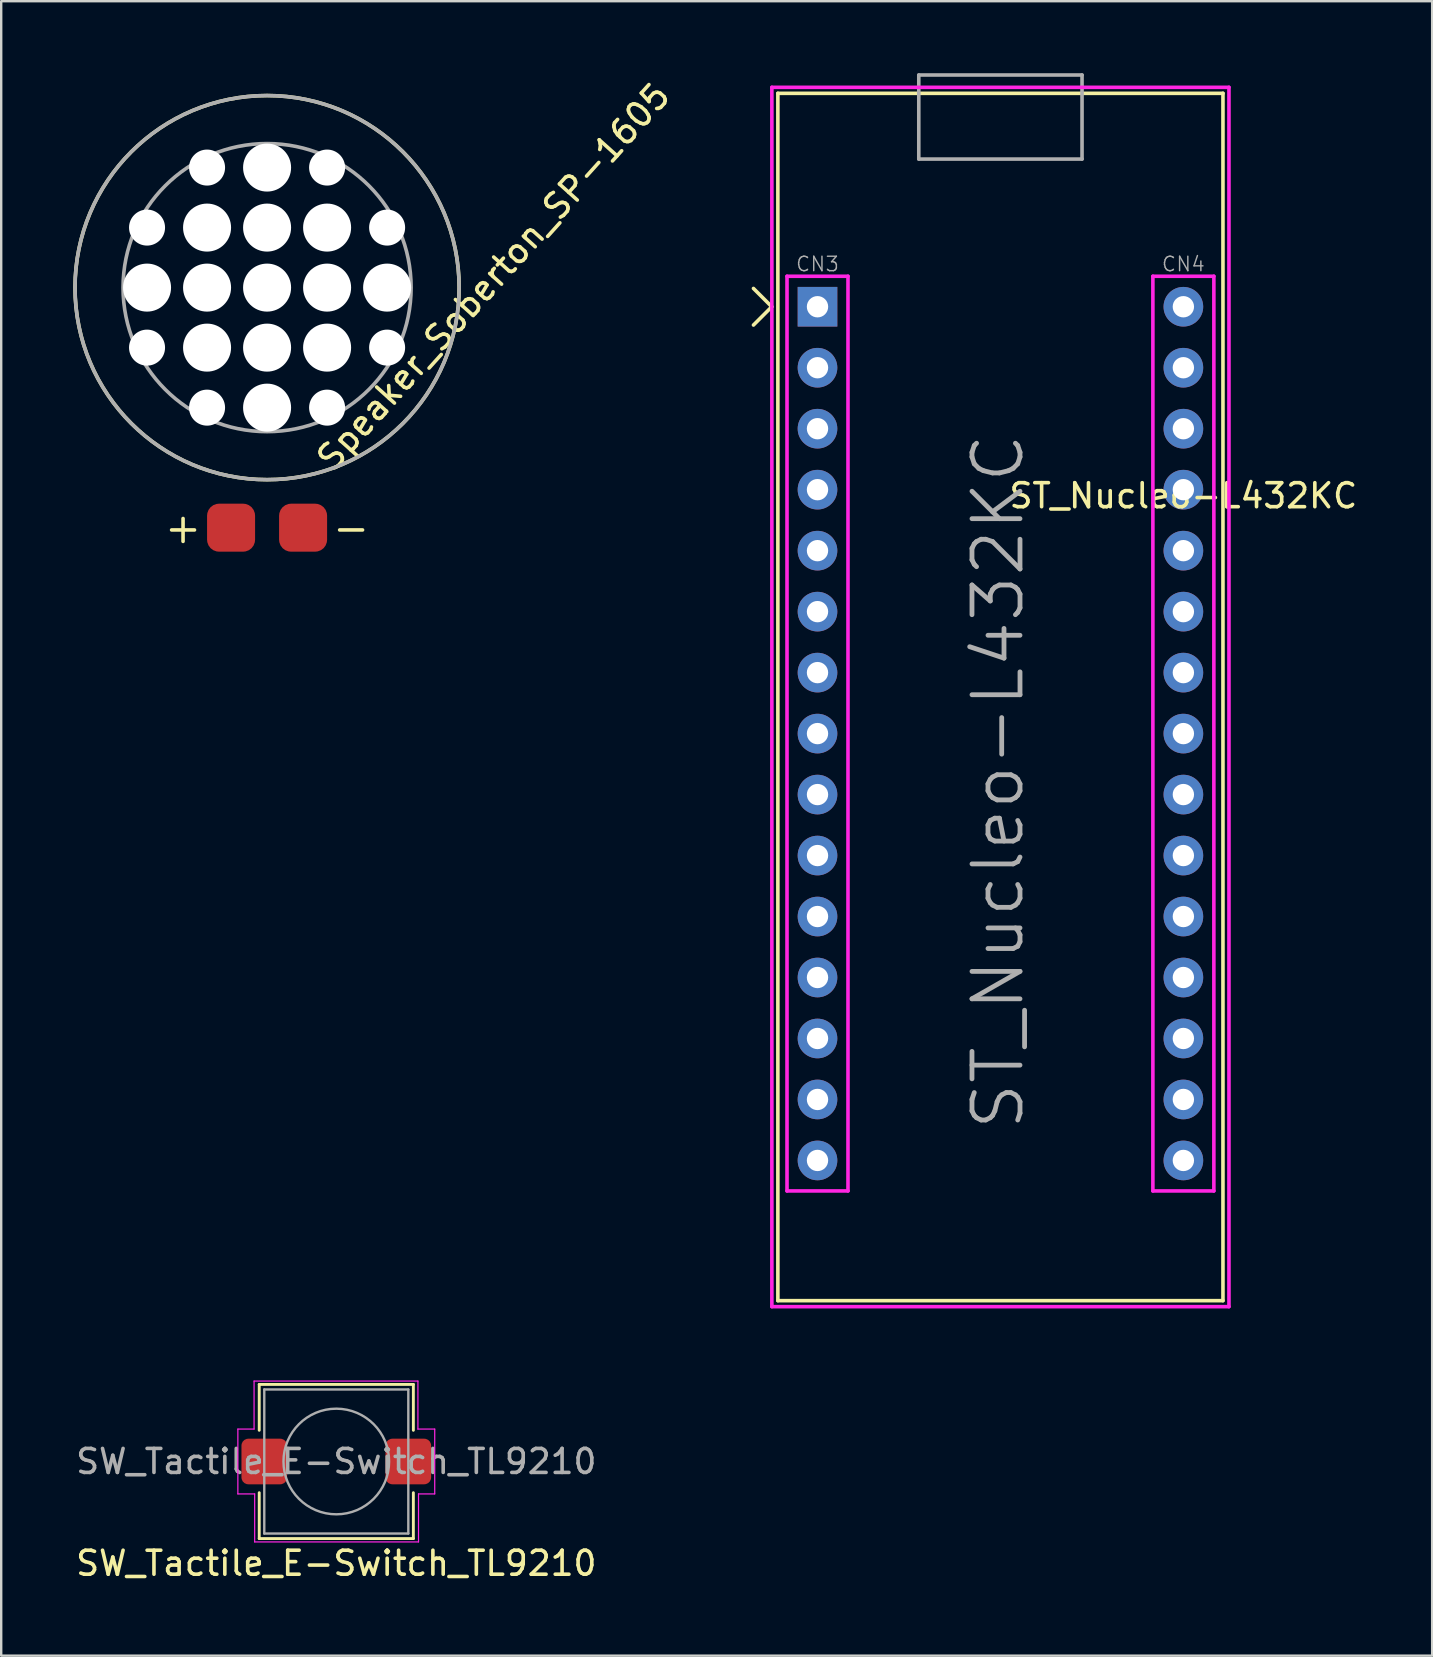
<source format=kicad_pcb>
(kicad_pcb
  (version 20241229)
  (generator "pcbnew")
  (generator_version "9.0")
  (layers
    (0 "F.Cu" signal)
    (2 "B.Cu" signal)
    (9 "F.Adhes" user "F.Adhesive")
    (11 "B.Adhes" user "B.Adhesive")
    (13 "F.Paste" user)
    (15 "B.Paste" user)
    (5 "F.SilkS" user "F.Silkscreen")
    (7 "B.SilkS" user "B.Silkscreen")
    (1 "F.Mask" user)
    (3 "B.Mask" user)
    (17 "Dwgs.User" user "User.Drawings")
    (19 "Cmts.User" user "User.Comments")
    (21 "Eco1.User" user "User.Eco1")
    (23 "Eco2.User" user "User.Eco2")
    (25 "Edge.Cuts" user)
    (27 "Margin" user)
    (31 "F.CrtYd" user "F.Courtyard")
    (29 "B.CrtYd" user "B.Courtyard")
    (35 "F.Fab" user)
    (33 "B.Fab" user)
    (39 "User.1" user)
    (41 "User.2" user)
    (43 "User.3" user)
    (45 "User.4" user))
  (footprint "Speaker_Soberton_SP-1605"
    (layer "F.Cu")
    (at 8.075 8.93)
    (property "Reference" "Speaker_Soberton_SP-1605" (at 9.429 -0.449 48) (layer "F.SilkS") (effects (font (size 1 1) (thickness 0.15))))
    (attr through_hole)
    (fp_circle (center 0 0) (end 8 0) (stroke (width 0.15) (type solid)) (fill no) (layer "F.SilkS"))
    (fp_circle (center 0 0) (end 6 -0.000001) (stroke (width 0.15) (type solid)) (fill no) (layer "F.Fab"))
    (fp_circle (center 0 0) (end 8 0) (stroke (width 0.15) (type solid)) (fill no) (layer "F.Fab"))
    (fp_text user "-" (at 3.5 10 0) (layer "F.SilkS") (effects (font (size 1.25 1.25) (thickness 0.15))))
    (fp_text user "+" (at -3.5 10 0) (layer "F.SilkS") (effects (font (size 1.25 1.25) (thickness 0.15))))
    (pad "" np_thru_hole circle (at -5 -2.5) (size 1.5 1.5) (drill 1.5) (layers "*.Cu" "*.Mask"))
    (pad "" np_thru_hole circle (at -5 2.5) (size 1.5 1.5) (drill 1.5) (layers "*.Cu" "*.Mask"))
    (pad "" np_thru_hole circle (at -5 0) (size 2 2) (drill 2) (layers "*.Cu" "*.Mask"))
    (pad "" np_thru_hole circle (at -2.5 2.5) (size 2 2) (drill 2) (layers "*.Cu" "*.Mask"))
    (pad "" np_thru_hole circle (at -2.5 5) (size 1.5 1.5) (drill 1.5) (layers "*.Cu" "*.Mask"))
    (pad "" np_thru_hole circle (at -2.5 -5) (size 1.5 1.5) (drill 1.5) (layers "*.Cu" "*.Mask"))
    (pad "" np_thru_hole circle (at -2.5 -2.5) (size 2 2) (drill 2) (layers "*.Cu" "*.Mask"))
    (pad "" np_thru_hole circle (at -2.5 0) (size 2 2) (drill 2) (layers "*.Cu" "*.Mask"))
    (pad "" np_thru_hole circle (at 0 -5) (size 2 2) (drill 2) (layers "*.Cu" "*.Mask"))
    (pad "" np_thru_hole circle (at 0 -2.5) (size 2 2) (drill 2) (layers "*.Cu" "*.Mask"))
    (pad "" np_thru_hole circle (at 0 0) (size 2 2) (drill 2) (layers "*.Cu" "*.Mask"))
    (pad "" np_thru_hole circle (at 0 2.5) (size 2 2) (drill 2) (layers "*.Cu" "*.Mask"))
    (pad "" np_thru_hole circle (at 0 5) (size 2 2) (drill 2) (layers "*.Cu" "*.Mask"))
    (pad "" np_thru_hole circle (at 2.5 0) (size 2 2) (drill 2) (layers "*.Cu" "*.Mask"))
    (pad "" np_thru_hole circle (at 2.5 2.5) (size 2 2) (drill 2) (layers "*.Cu" "*.Mask"))
    (pad "" np_thru_hole circle (at 2.5 5) (size 1.5 1.5) (drill 1.5) (layers "*.Cu" "*.Mask"))
    (pad "" np_thru_hole circle (at 2.5 -5) (size 1.5 1.5) (drill 1.5) (layers "*.Cu" "*.Mask"))
    (pad "" np_thru_hole circle (at 2.5 -2.5) (size 2 2) (drill 2) (layers "*.Cu" "*.Mask"))
    (pad "" np_thru_hole circle (at 5 0) (size 2 2) (drill 2) (layers "*.Cu" "*.Mask"))
    (pad "" np_thru_hole circle (at 5 -2.5) (size 1.5 1.5) (drill 1.5) (layers "*.Cu" "*.Mask"))
    (pad "" np_thru_hole circle (at 5 2.5) (size 1.5 1.5) (drill 1.5) (layers "*.Cu" "*.Mask"))
    (pad "1" smd roundrect (at -1.5 10) (size 2 2) (layers "F.Cu" "F.Mask" "F.Paste") (roundrect_rratio 0.25))
    (pad "2" smd roundrect (at 1.5 10) (size 2 2) (layers "F.Cu" "F.Mask" "F.Paste") (roundrect_rratio 0.25)))
  (footprint "ST_Nucleo-L432KC"
    (layer "F.Cu")
    (at 38.622 27.507)
    (property "Reference" "ST_Nucleo-L432KC" (at 7.62 -9.906 0) (layer "F.SilkS") (effects (font (size 1 1) (thickness 0.15))))
    (attr through_hole)
    (fp_line (start -10.287 -17.018) (end -9.525 -17.78) (stroke (width 0.15) (type solid)) (layer "F.SilkS"))
    (fp_line (start -9.525 -17.78) (end -10.287 -18.542) (stroke (width 0.15) (type solid)) (layer "F.SilkS"))
    (fp_line (start -9.271 -26.67) (end -9.271 23.62) (stroke (width 0.15) (type solid)) (layer "F.SilkS"))
    (fp_line (start -9.271 -26.67) (end 9.269 -26.67) (stroke (width 0.15) (type solid)) (layer "F.SilkS"))
    (fp_line (start -9.271 23.62) (end 9.269 23.62) (stroke (width 0.15) (type solid)) (layer "F.SilkS"))
    (fp_line (start 9.269 -26.67) (end 9.269 23.62) (stroke (width 0.15) (type solid)) (layer "F.SilkS"))
    (fp_line (start -9.521 -26.92) (end -9.521 23.87) (stroke (width 0.15) (type solid)) (layer "F.CrtYd"))
    (fp_line (start -9.521 -26.92) (end 9.519 -26.92) (stroke (width 0.15) (type solid)) (layer "F.CrtYd"))
    (fp_line (start -9.521 23.87) (end 9.519 23.87) (stroke (width 0.15) (type solid)) (layer "F.CrtYd"))
    (fp_line (start -8.89 -19.05) (end -6.35 -19.05) (stroke (width 0.15) (type solid)) (layer "F.CrtYd"))
    (fp_line (start -8.89 19.05) (end -8.89 -19.05) (stroke (width 0.15) (type solid)) (layer "F.CrtYd"))
    (fp_line (start -6.35 -19.05) (end -6.35 19.05) (stroke (width 0.15) (type solid)) (layer "F.CrtYd"))
    (fp_line (start -6.35 19.05) (end -8.89 19.05) (stroke (width 0.15) (type solid)) (layer "F.CrtYd"))
    (fp_line (start 6.35 -19.05) (end 8.89 -19.05) (stroke (width 0.15) (type solid)) (layer "F.CrtYd"))
    (fp_line (start 6.35 19.05) (end 6.35 -19.05) (stroke (width 0.15) (type solid)) (layer "F.CrtYd"))
    (fp_line (start 8.89 -19.05) (end 8.89 19.05) (stroke (width 0.15) (type solid)) (layer "F.CrtYd"))
    (fp_line (start 8.89 19.05) (end 6.35 19.05) (stroke (width 0.15) (type solid)) (layer "F.CrtYd"))
    (fp_line (start 9.519 -26.92) (end 9.519 23.87) (stroke (width 0.15) (type solid)) (layer "F.CrtYd"))
    (fp_line (start -3.401 -27.432) (end -3.401 -23.932) (stroke (width 0.15) (type solid)) (layer "F.Fab"))
    (fp_line (start -3.401 -27.432) (end 3.399 -27.432) (stroke (width 0.15) (type solid)) (layer "F.Fab"))
    (fp_line (start -3.401 -23.932) (end 3.399 -23.932) (stroke (width 0.15) (type solid)) (layer "F.Fab"))
    (fp_line (start 3.399 -27.432) (end 3.399 -23.932) (stroke (width 0.15) (type solid)) (layer "F.Fab"))
    (fp_text user "CN3" (at -7.62 -19.558 0) (layer "F.Fab") (effects (font (size 0.6 0.6) (thickness 0.06))))
    (fp_text user "${REFERENCE}" (at -0.1 2 270) (layer "F.Fab") (effects (font (size 2 2) (thickness 0.2))))
    (fp_text user "CN4" (at 7.62 -19.558 180) (layer "F.Fab") (effects (font (size 0.6 0.6) (thickness 0.06))))
    (pad "301" thru_hole rect (at -7.62 -17.78) (size 1.651 1.651) (drill 0.889) (layers "*.Cu" "*.Mask"))
    (pad "302" thru_hole circle (at -7.62 -15.24) (size 1.651 1.651) (drill 0.889) (layers "*.Cu" "*.Mask"))
    (pad "303" thru_hole circle (at -7.62 -12.7) (size 1.651 1.651) (drill 0.889) (layers "*.Cu" "*.Mask"))
    (pad "304" thru_hole circle (at -7.62 -10.16) (size 1.651 1.651) (drill 0.889) (layers "*.Cu" "*.Mask"))
    (pad "305" thru_hole circle (at -7.62 -7.62) (size 1.651 1.651) (drill 0.889) (layers "*.Cu" "*.Mask"))
    (pad "306" thru_hole circle (at -7.62 -5.08) (size 1.651 1.651) (drill 0.889) (layers "*.Cu" "*.Mask"))
    (pad "307" thru_hole circle (at -7.62 -2.54) (size 1.651 1.651) (drill 0.889) (layers "*.Cu" "*.Mask"))
    (pad "308" thru_hole circle (at -7.62 0) (size 1.651 1.651) (drill 0.889) (layers "*.Cu" "*.Mask"))
    (pad "309" thru_hole circle (at -7.62 2.54) (size 1.651 1.651) (drill 0.889) (layers "*.Cu" "*.Mask"))
    (pad "310" thru_hole circle (at -7.62 5.08) (size 1.651 1.651) (drill 0.889) (layers "*.Cu" "*.Mask"))
    (pad "311" thru_hole circle (at -7.62 7.62) (size 1.651 1.651) (drill 0.889) (layers "*.Cu" "*.Mask"))
    (pad "312" thru_hole circle (at -7.62 10.16) (size 1.651 1.651) (drill 0.889) (layers "*.Cu" "*.Mask"))
    (pad "313" thru_hole circle (at -7.62 12.7) (size 1.651 1.651) (drill 0.889) (layers "*.Cu" "*.Mask"))
    (pad "314" thru_hole circle (at -7.62 15.24) (size 1.651 1.651) (drill 0.889) (layers "*.Cu" "*.Mask"))
    (pad "315" thru_hole circle (at -7.62 17.78) (size 1.651 1.651) (drill 0.889) (layers "*.Cu" "*.Mask"))
    (pad "401" thru_hole circle (at 7.62 -17.78) (size 1.651 1.651) (drill 0.889) (layers "*.Cu" "*.Mask"))
    (pad "402" thru_hole circle (at 7.62 -15.24) (size 1.651 1.651) (drill 0.889) (layers "*.Cu" "*.Mask"))
    (pad "403" thru_hole circle (at 7.62 -12.7) (size 1.651 1.651) (drill 0.889) (layers "*.Cu" "*.Mask"))
    (pad "404" thru_hole circle (at 7.62 -10.16) (size 1.651 1.651) (drill 0.889) (layers "*.Cu" "*.Mask"))
    (pad "405" thru_hole circle (at 7.62 -7.62) (size 1.651 1.651) (drill 0.889) (layers "*.Cu" "*.Mask"))
    (pad "406" thru_hole circle (at 7.62 -5.08) (size 1.651 1.651) (drill 0.889) (layers "*.Cu" "*.Mask"))
    (pad "407" thru_hole circle (at 7.62 -2.54) (size 1.651 1.651) (drill 0.889) (layers "*.Cu" "*.Mask"))
    (pad "408" thru_hole circle (at 7.62 0) (size 1.651 1.651) (drill 0.889) (layers "*.Cu" "*.Mask"))
    (pad "409" thru_hole circle (at 7.62 2.54) (size 1.651 1.651) (drill 0.889) (layers "*.Cu" "*.Mask"))
    (pad "410" thru_hole circle (at 7.62 5.08) (size 1.651 1.651) (drill 0.889) (layers "*.Cu" "*.Mask"))
    (pad "411" thru_hole circle (at 7.62 7.62) (size 1.651 1.651) (drill 0.889) (layers "*.Cu" "*.Mask"))
    (pad "412" thru_hole circle (at 7.62 10.16) (size 1.651 1.651) (drill 0.889) (layers "*.Cu" "*.Mask"))
    (pad "413" thru_hole circle (at 7.62 12.7) (size 1.651 1.651) (drill 0.889) (layers "*.Cu" "*.Mask"))
    (pad "414" thru_hole circle (at 7.62 15.24) (size 1.651 1.651) (drill 0.889) (layers "*.Cu" "*.Mask"))
    (pad "415" thru_hole circle (at 7.62 17.78) (size 1.651 1.651) (drill 0.889) (layers "*.Cu" "*.Mask")))
  (footprint "SW_Tactile_E-Switch_TL9210"
    (layer "F.Cu")
    (at 10.958 57.827)
    (property "Reference" "SW_Tactile_E-Switch_TL9210" (at 0 4.24 0) (layer "F.SilkS") (effects (font (size 1 1) (thickness 0.15))))
    (attr smd)
    (fp_line (start -3.21 -3.21) (end -3.21 -1.3) (stroke (width 0.12) (type solid)) (layer "F.SilkS"))
    (fp_line (start -3.21 1.3) (end -3.21 3.21) (stroke (width 0.12) (type solid)) (layer "F.SilkS"))
    (fp_line (start -3.21 3.21) (end 3.21 3.21) (stroke (width 0.12) (type solid)) (layer "F.SilkS"))
    (fp_line (start 3.21 -3.21) (end -3.21 -3.21) (stroke (width 0.12) (type solid)) (layer "F.SilkS"))
    (fp_line (start 3.21 -1.3) (end 3.21 -3.21) (stroke (width 0.12) (type solid)) (layer "F.SilkS"))
    (fp_line (start 3.21 3.21) (end 3.21 1.3) (stroke (width 0.12) (type solid)) (layer "F.SilkS"))
    (fp_line (start -4.1 1.35) (end -4.1 -1.35) (stroke (width 0.05) (type solid)) (layer "F.CrtYd"))
    (fp_line (start -3.425 -3.35) (end -3.425 -1.35) (stroke (width 0.05) (type solid)) (layer "F.CrtYd"))
    (fp_line (start -3.425 -3.35) (end 3.4 -3.35) (stroke (width 0.05) (type solid)) (layer "F.CrtYd"))
    (fp_line (start -3.425 -1.35) (end -4.1 -1.35) (stroke (width 0.05) (type solid)) (layer "F.CrtYd"))
    (fp_line (start -3.4 1.35) (end -4.1 1.35) (stroke (width 0.05) (type solid)) (layer "F.CrtYd"))
    (fp_line (start -3.4 3.35) (end -3.4 1.35) (stroke (width 0.05) (type solid)) (layer "F.CrtYd"))
    (fp_line (start 3.4 -3.35) (end 3.4 -1.35) (stroke (width 0.05) (type solid)) (layer "F.CrtYd"))
    (fp_line (start 3.4 -1.35) (end 4.1 -1.35) (stroke (width 0.05) (type solid)) (layer "F.CrtYd"))
    (fp_line (start 3.425 1.35) (end 4.1 1.35) (stroke (width 0.05) (type solid)) (layer "F.CrtYd"))
    (fp_line (start 3.425 3.35) (end -3.4 3.35) (stroke (width 0.05) (type solid)) (layer "F.CrtYd"))
    (fp_line (start 3.425 3.35) (end 3.425 1.35) (stroke (width 0.05) (type solid)) (layer "F.CrtYd"))
    (fp_line (start 4.1 -1.35) (end 4.1 1.35) (stroke (width 0.05) (type solid)) (layer "F.CrtYd"))
    (fp_line (start -3 -3) (end 3 -3) (stroke (width 0.1) (type solid)) (layer "F.Fab"))
    (fp_line (start -3 3) (end -3 -3) (stroke (width 0.1) (type solid)) (layer "F.Fab"))
    (fp_line (start 3 -3) (end 3 3) (stroke (width 0.1) (type solid)) (layer "F.Fab"))
    (fp_line (start 3 3) (end -3 3) (stroke (width 0.1) (type solid)) (layer "F.Fab"))
    (fp_circle (center 0 0) (end 2.2 0) (stroke (width 0.1) (type solid)) (fill no) (layer "F.Fab"))
    (fp_text user "${REFERENCE}" (at 0 0 0) (layer "F.Fab") (effects (font (size 1 1) (thickness 0.15))))
    (pad "1" smd roundrect (at -3 0) (size 1.9 1.9) (layers "F.Cu" "F.Mask" "F.Paste") (roundrect_rratio 0.15))
    (pad "2" smd roundrect (at 3 0) (size 1.9 1.9) (layers "F.Cu" "F.Mask" "F.Paste") (roundrect_rratio 0.15)))
  (gr_rect
    (start -3 -3)
    (end 56.605 65.915)
    (stroke (width 0.1) (type default))
    (fill no)
    (layer "Edge.Cuts")))
</source>
